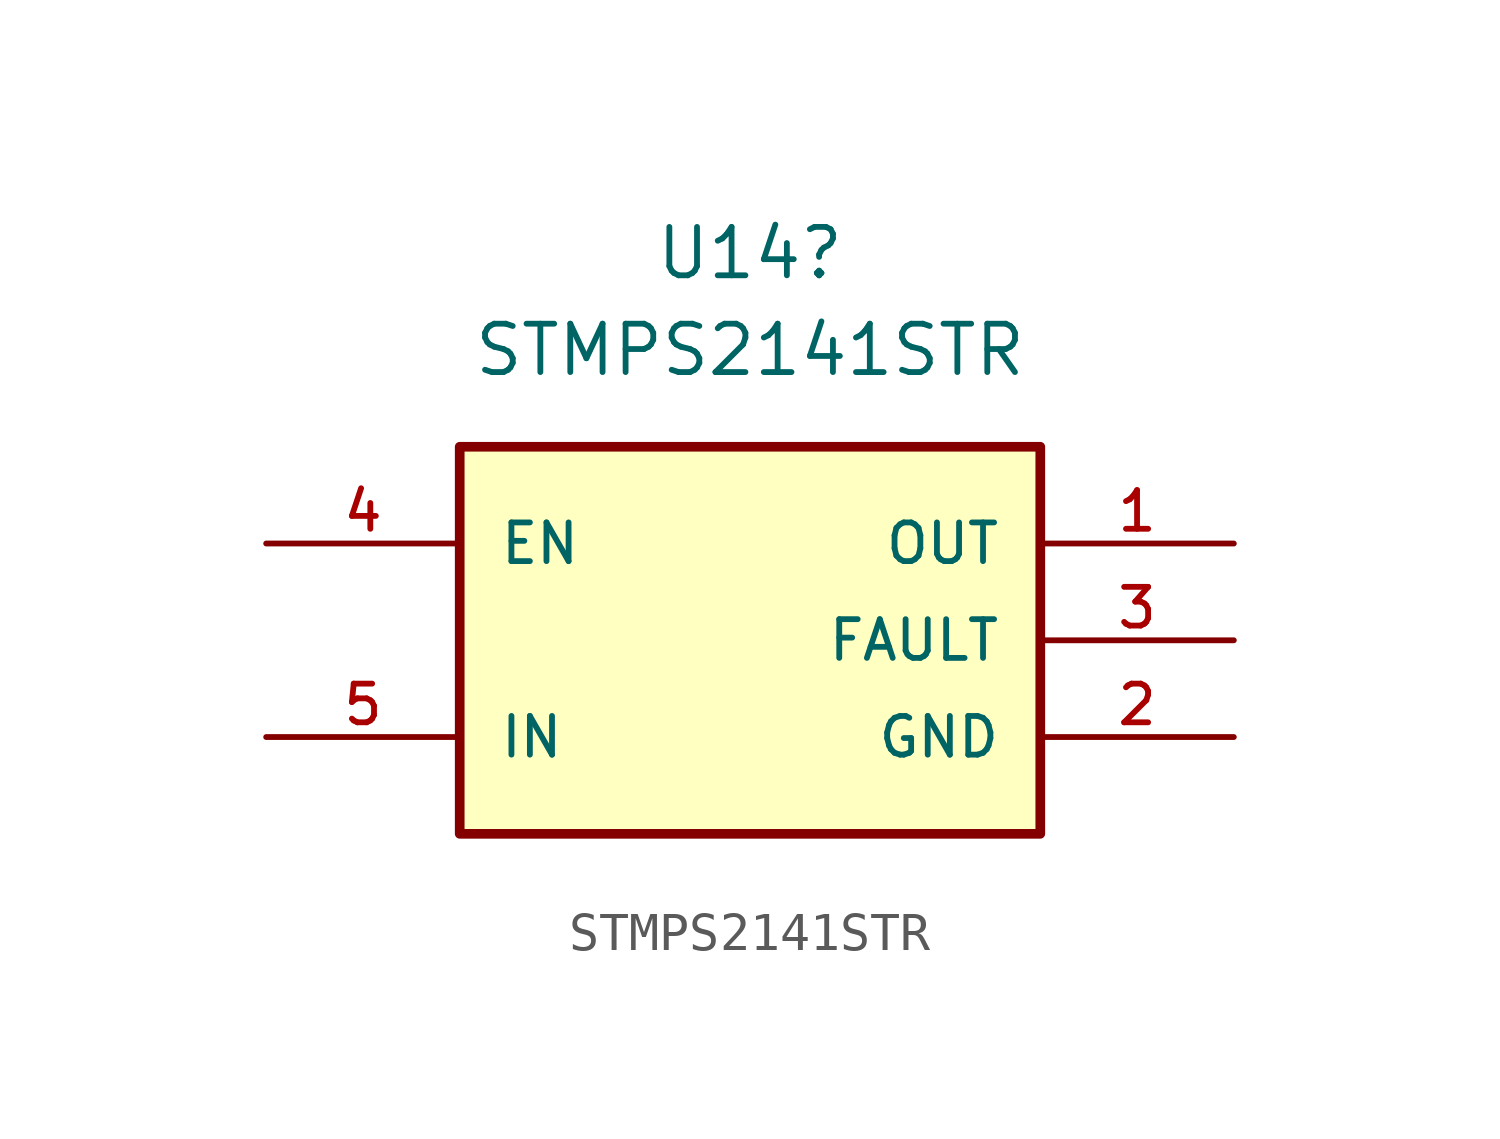
<source format=kicad_sym>
(kicad_symbol_lib
  (version 20211014)
  (generator kicad_symbol_editor)
  (symbol "STMPS2141STR"
    (pin_names
      (offset 1.016))
    (property "Reference" "U14"
      (at 0 10.16 0)
      (effects (font (size 1.27 1.27))))
    (property "Value" "STMPS2141STR"
      (at 0 7.62 0)
      (effects (font (size 1.27 1.27))))
    (property "ki_locked" ""
      (at 0 0 0)
      (effects (font (size 1.27 1.27))))
    (symbol "STMPS2141STR_0_0"
      (rectangle (start -7.62 -5.08) (end 7.62 5.08) (stroke (width 0.254) (type default) (color 0 0 0 0)) (fill (type background)))
      (pin output line (at 12.7 2.54 180) (length 5.08) (name "OUT" (effects (font (size 1.016 1.016)))) (number "1" (effects (font (size 1.016 1.016)))))
      (pin power_in line (at 12.7 -2.54 180) (length 5.08) (name "GND" (effects (font (size 1.016 1.016)))) (number "2" (effects (font (size 1.016 1.016)))))
      (pin output line (at 12.7 0 180) (length 5.08) (name "FAULT" (effects (font (size 1.016 1.016)))) (number "3" (effects (font (size 1.016 1.016)))))
      (pin input line (at -12.7 2.54 0) (length 5.08) (name "EN" (effects (font (size 1.016 1.016)))) (number "4" (effects (font (size 1.016 1.016)))))
      (pin input line (at -12.7 -2.54 0) (length 5.08) (name "IN" (effects (font (size 1.016 1.016)))) (number "5" (effects (font (size 1.016 1.016))))))))
</source>
